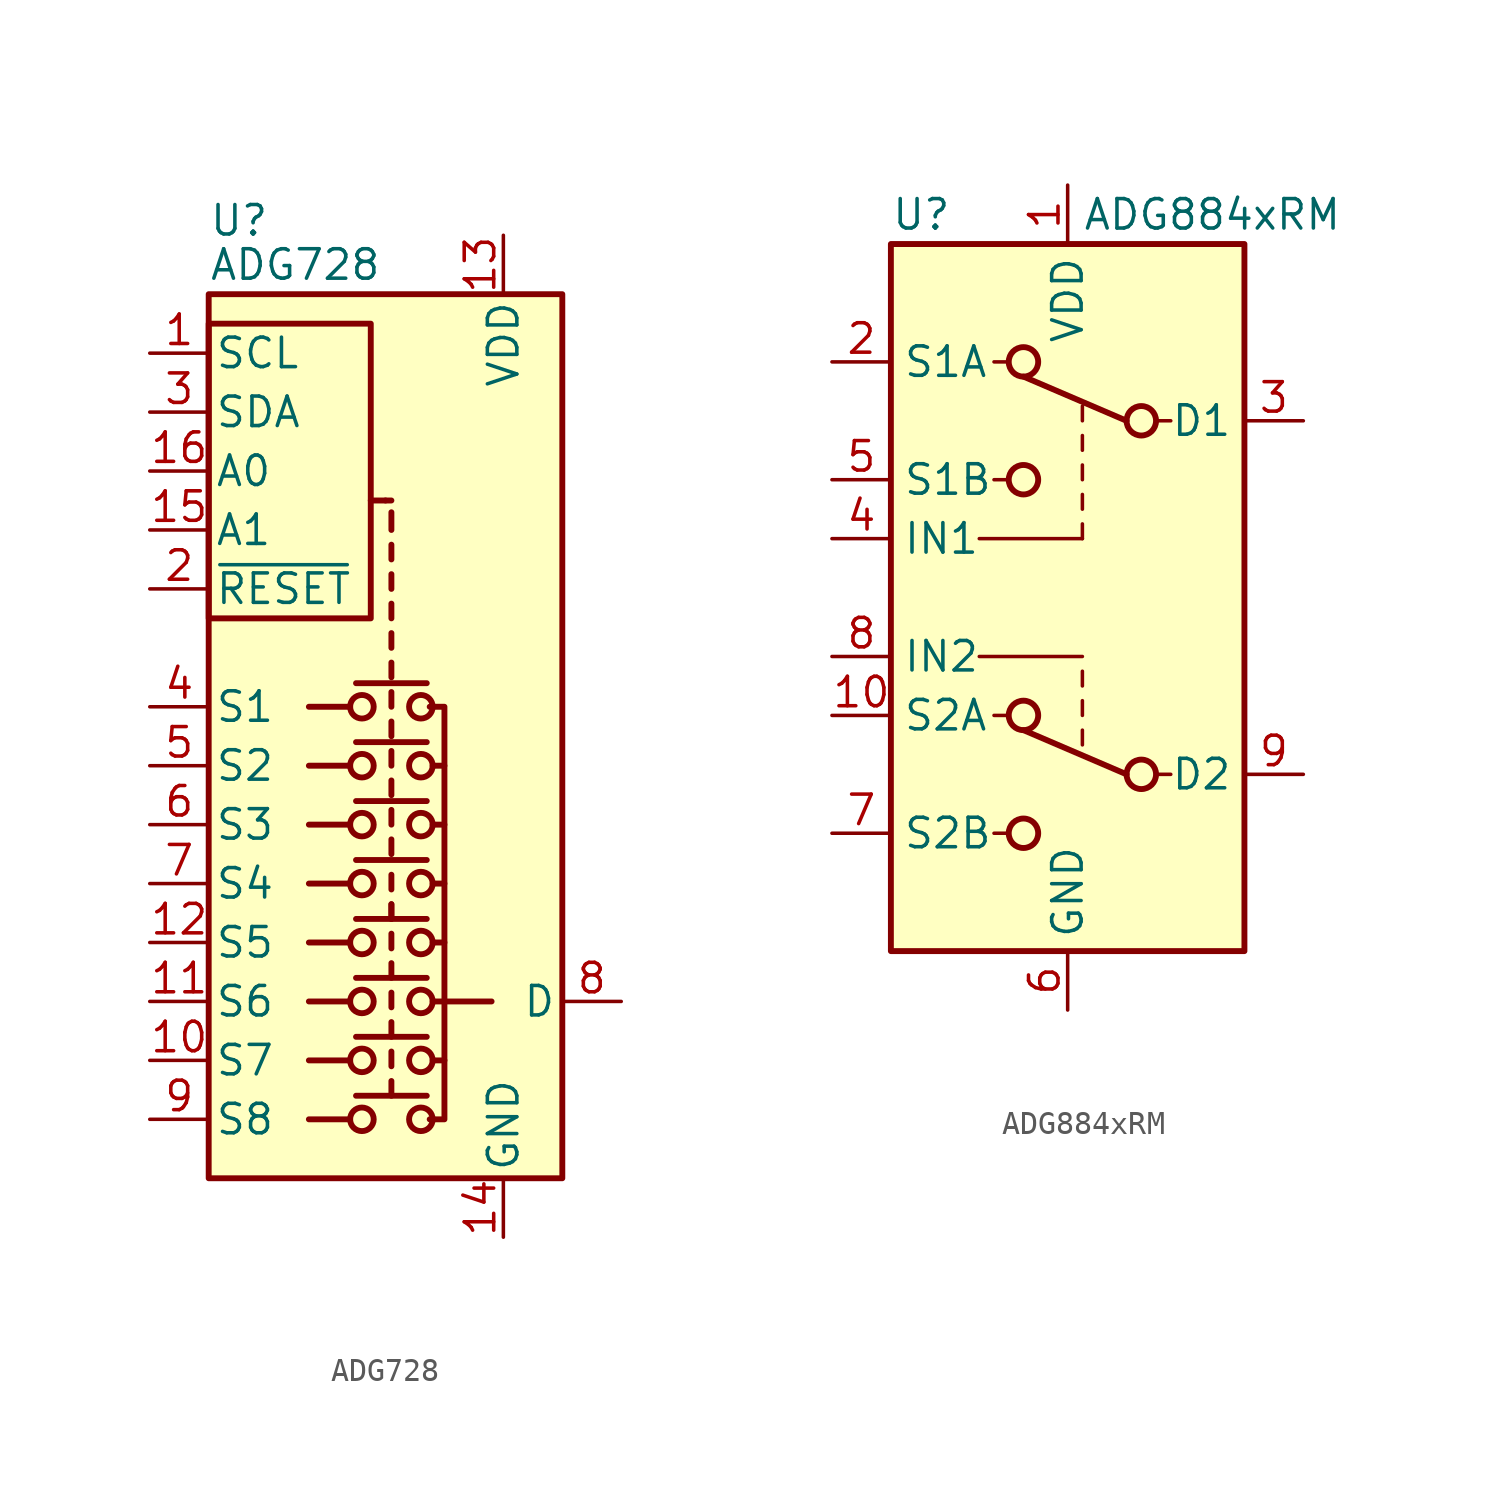
<source format=kicad_sym>
(kicad_symbol_lib
  (version 20201005)
  (generator kicad_symbol_editor)
  (symbol "Analog_Switch:ADG728"
    (pin_names
      (offset 0.254))
    (property "Reference" "U"
      (at -7.62 23.495 0)
      (effects (font (size 1.27 1.27)) (justify left)))
    (property "Value" "ADG728"
      (at -7.62 21.59 0)
      (effects (font (size 1.27 1.27)) (justify left)))
    (symbol "ADG728_0_1"
      (circle (center -1.016 -15.24) (radius 0.508) (stroke (width 0.254)) (fill (type none)))
      (circle (center -1.016 -12.7) (radius 0.508) (stroke (width 0.254)) (fill (type none)))
      (circle (center -1.016 -10.16) (radius 0.508) (stroke (width 0.254)) (fill (type none)))
      (circle (center -1.016 -7.62) (radius 0.508) (stroke (width 0.254)) (fill (type none)))
      (circle (center -1.016 -5.08) (radius 0.508) (stroke (width 0.254)) (fill (type none)))
      (circle (center -1.016 -2.54) (radius 0.508) (stroke (width 0.254)) (fill (type none)))
      (circle (center -1.016 0) (radius 0.508) (stroke (width 0.254)) (fill (type none)))
      (circle (center -1.016 2.54) (radius 0.508) (stroke (width 0.254)) (fill (type none)))
      (circle (center 1.524 -15.24) (radius 0.508) (stroke (width 0.254)) (fill (type none)))
      (circle (center 1.524 -12.7) (radius 0.508) (stroke (width 0.254)) (fill (type none)))
      (circle (center 1.524 -10.16) (radius 0.508) (stroke (width 0.254)) (fill (type none)))
      (circle (center 1.524 -7.62) (radius 0.508) (stroke (width 0.254)) (fill (type none)))
      (circle (center 1.524 -5.08) (radius 0.508) (stroke (width 0.254)) (fill (type none)))
      (circle (center 1.524 -2.54) (radius 0.508) (stroke (width 0.254)) (fill (type none)))
      (circle (center 1.524 0) (radius 0.508) (stroke (width 0.254)) (fill (type none)))
      (circle (center 1.524 2.54) (radius 0.508) (stroke (width 0.254)) (fill (type none)))
      (rectangle (start -7.62 6.35) (end -0.635 19.05) (stroke (width 0.254)) (fill (type none)))
      (rectangle (start -7.62 20.32) (end 7.62 -17.78) (stroke (width 0.254)) (fill (type background)))
      (polyline (pts (xy -1.524 -15.24) (xy -3.302 -15.24)) (stroke (width 0.254)) (fill (type none)))
      (polyline (pts (xy -1.524 -12.7) (xy -3.302 -12.7)) (stroke (width 0.254)) (fill (type none)))
      (polyline (pts (xy -1.524 -10.16) (xy -3.302 -10.16)) (stroke (width 0.254)) (fill (type none)))
      (polyline (pts (xy -1.524 -7.62) (xy -3.302 -7.62)) (stroke (width 0.254)) (fill (type none)))
      (polyline (pts (xy -1.524 -5.08) (xy -3.302 -5.08)) (stroke (width 0.254)) (fill (type none)))
      (polyline (pts (xy -1.524 -2.54) (xy -3.302 -2.54)) (stroke (width 0.254)) (fill (type none)))
      (polyline (pts (xy -1.524 0) (xy -3.302 0)) (stroke (width 0.254)) (fill (type none)))
      (polyline (pts (xy -1.524 2.54) (xy -3.302 2.54)) (stroke (width 0.254)) (fill (type none)))
      (polyline (pts (xy -1.27 -14.224) (xy 1.778 -14.224)) (stroke (width 0.254)) (fill (type none)))
      (polyline (pts (xy -1.27 -11.684) (xy 1.778 -11.684)) (stroke (width 0.254)) (fill (type none)))
      (polyline (pts (xy -1.27 -9.144) (xy 1.778 -9.144)) (stroke (width 0.254)) (fill (type none)))
      (polyline (pts (xy -1.27 -6.604) (xy 1.778 -6.604)) (stroke (width 0.254)) (fill (type none)))
      (polyline (pts (xy -1.27 -4.064) (xy 1.778 -4.064)) (stroke (width 0.254)) (fill (type none)))
      (polyline (pts (xy -1.27 -1.524) (xy 1.778 -1.524)) (stroke (width 0.254)) (fill (type none)))
      (polyline (pts (xy -1.27 1.016) (xy 1.778 1.016)) (stroke (width 0.254)) (fill (type none)))
      (polyline (pts (xy -1.27 3.556) (xy 1.778 3.556)) (stroke (width 0.254)) (fill (type none)))
      (polyline (pts (xy -0.635 11.43) (xy 0 11.43)) (stroke (width 0.254)) (fill (type none)))
      (polyline (pts (xy 0.254 -14.224) (xy 0.254 -13.589)) (stroke (width 0.254)) (fill (type none)))
      (polyline (pts (xy 0.254 -12.954) (xy 0.254 -12.319)) (stroke (width 0.254)) (fill (type none)))
      (polyline (pts (xy 0.254 -11.684) (xy 0.254 -11.049)) (stroke (width 0.254)) (fill (type none)))
      (polyline (pts (xy 0.254 -10.414) (xy 0.254 -9.779)) (stroke (width 0.254)) (fill (type none)))
      (polyline (pts (xy 0.254 -9.144) (xy 0.254 -8.509)) (stroke (width 0.254)) (fill (type none)))
      (polyline (pts (xy 0.254 -7.874) (xy 0.254 -7.239)) (stroke (width 0.254)) (fill (type none)))
      (polyline (pts (xy 0.254 -6.604) (xy 0.254 -5.969)) (stroke (width 0.254)) (fill (type none)))
      (polyline (pts (xy 0.254 -6.604) (xy 0.254 -5.969)) (stroke (width 0.254)) (fill (type none)))
      (polyline (pts (xy 0.254 -5.334) (xy 0.254 -4.699)) (stroke (width 0.254)) (fill (type none)))
      (polyline (pts (xy 0.254 -3.81) (xy 0.254 -3.175)) (stroke (width 0.254)) (fill (type none)))
      (polyline (pts (xy 0.254 -2.54) (xy 0.254 -1.905)) (stroke (width 0.254)) (fill (type none)))
      (polyline (pts (xy 0.254 -1.27) (xy 0.254 -0.635)) (stroke (width 0.254)) (fill (type none)))
      (polyline (pts (xy 0.254 0) (xy 0.254 0.635)) (stroke (width 0.254)) (fill (type none)))
      (polyline (pts (xy 0.254 1.27) (xy 0.254 1.905)) (stroke (width 0.254)) (fill (type none)))
      (polyline (pts (xy 0.254 2.54) (xy 0.254 3.175)) (stroke (width 0.254)) (fill (type none)))
      (polyline (pts (xy 0.254 3.81) (xy 0.254 4.445)) (stroke (width 0.254)) (fill (type none)))
      (polyline (pts (xy 0.254 5.08) (xy 0.254 5.715)) (stroke (width 0.254)) (fill (type none)))
      (polyline (pts (xy 0.254 6.35) (xy 0.254 6.985)) (stroke (width 0.254)) (fill (type none)))
      (polyline (pts (xy 0.254 7.62) (xy 0.254 8.255)) (stroke (width 0.254)) (fill (type none)))
      (polyline (pts (xy 0.254 8.89) (xy 0.254 9.525)) (stroke (width 0.254)) (fill (type none)))
      (polyline (pts (xy 0.254 10.16) (xy 0.254 10.922)) (stroke (width 0.254)) (fill (type none)))
      (polyline (pts (xy 0.254 11.43) (xy 0 11.43)) (stroke (width 0.254)) (fill (type none)))
      (polyline (pts (xy 2.032 -12.7) (xy 2.54 -12.7)) (stroke (width 0.254)) (fill (type none)))
      (polyline (pts (xy 2.032 -10.16) (xy 2.54 -10.16)) (stroke (width 0.254)) (fill (type none)))
      (polyline (pts (xy 2.032 -7.62) (xy 2.54 -7.62)) (stroke (width 0.254)) (fill (type none)))
      (polyline (pts (xy 2.032 -5.08) (xy 2.54 -5.08)) (stroke (width 0.254)) (fill (type none)))
      (polyline (pts (xy 2.032 -2.54) (xy 2.54 -2.54)) (stroke (width 0.254)) (fill (type none)))
      (polyline (pts (xy 2.032 0) (xy 2.54 0)) (stroke (width 0.254)) (fill (type none)))
      (polyline (pts (xy 4.572 -10.16) (xy 2.54 -10.16)) (stroke (width 0.254)) (fill (type none)))
      (polyline (pts (xy 1.905 2.54) (xy 2.54 2.54) (xy 2.54 -15.24) (xy 1.905 -15.24)) (stroke (width 0.254)) (fill (type none))))
    (symbol "ADG728_1_1"
      (pin input line (at -10.16 17.78 0) (length 2.54) (name "SCL" (effects (font (size 1.27 1.27)))) (number "1" (effects (font (size 1.27 1.27)))))
      (pin bidirectional line (at -10.16 -12.7 0) (length 2.54) (name "S7" (effects (font (size 1.27 1.27)))) (number "10" (effects (font (size 1.27 1.27)))))
      (pin bidirectional line (at -10.16 -10.16 0) (length 2.54) (name "S6" (effects (font (size 1.27 1.27)))) (number "11" (effects (font (size 1.27 1.27)))))
      (pin bidirectional line (at -10.16 -7.62 0) (length 2.54) (name "S5" (effects (font (size 1.27 1.27)))) (number "12" (effects (font (size 1.27 1.27)))))
      (pin power_in line (at 5.08 22.86 270) (length 2.54) (name "VDD" (effects (font (size 1.27 1.27)))) (number "13" (effects (font (size 1.27 1.27)))))
      (pin power_in line (at 5.08 -20.32 90) (length 2.54) (name "GND" (effects (font (size 1.27 1.27)))) (number "14" (effects (font (size 1.27 1.27)))))
      (pin input line (at -10.16 10.16 0) (length 2.54) (name "A1" (effects (font (size 1.27 1.27)))) (number "15" (effects (font (size 1.27 1.27)))))
      (pin input line (at -10.16 12.7 0) (length 2.54) (name "A0" (effects (font (size 1.27 1.27)))) (number "16" (effects (font (size 1.27 1.27)))))
      (pin input line (at -10.16 7.62 0) (length 2.54) (name "~RESET" (effects (font (size 1.27 1.27)))) (number "2" (effects (font (size 1.27 1.27)))))
      (pin bidirectional line (at -10.16 15.24 0) (length 2.54) (name "SDA" (effects (font (size 1.27 1.27)))) (number "3" (effects (font (size 1.27 1.27)))))
      (pin bidirectional line (at -10.16 2.54 0) (length 2.54) (name "S1" (effects (font (size 1.27 1.27)))) (number "4" (effects (font (size 1.27 1.27)))))
      (pin bidirectional line (at -10.16 0 0) (length 2.54) (name "S2" (effects (font (size 1.27 1.27)))) (number "5" (effects (font (size 1.27 1.27)))))
      (pin bidirectional line (at -10.16 -2.54 0) (length 2.54) (name "S3" (effects (font (size 1.27 1.27)))) (number "6" (effects (font (size 1.27 1.27)))))
      (pin bidirectional line (at -10.16 -5.08 0) (length 2.54) (name "S4" (effects (font (size 1.27 1.27)))) (number "7" (effects (font (size 1.27 1.27)))))
      (pin bidirectional line (at 10.16 -10.16 180) (length 2.54) (name "D" (effects (font (size 1.27 1.27)))) (number "8" (effects (font (size 1.27 1.27)))))
      (pin bidirectional line (at -10.16 -15.24 0) (length 2.54) (name "S8" (effects (font (size 1.27 1.27)))) (number "9" (effects (font (size 1.27 1.27)))))))
  (symbol "Analog_Switch:ADG884xRM"
    (property "Reference" "U"
      (at -7.62 16.51 0)
      (effects (font (size 1.27 1.27)) (justify left)))
    (property "Value" "ADG884xRM"
      (at 0.635 16.51 0)
      (effects (font (size 1.27 1.27)) (justify left)))
    (symbol "ADG884xRM_0_1"
      (circle (center -1.905 -10.16) (radius 0.635) (stroke (width 0.254)) (fill (type none)))
      (circle (center -1.905 -5.08) (radius 0.635) (stroke (width 0.254)) (fill (type none)))
      (circle (center -1.905 5.08) (radius 0.635) (stroke (width 0.254)) (fill (type none)))
      (circle (center -1.905 10.16) (radius 0.635) (stroke (width 0.254)) (fill (type none)))
      (circle (center 3.175 -7.62) (radius 0.635) (stroke (width 0.254)) (fill (type none)))
      (circle (center 3.175 7.62) (radius 0.635) (stroke (width 0.254)) (fill (type none)))
      (rectangle (start -7.62 15.24) (end 7.62 -15.24) (stroke (width 0.254)) (fill (type background)))
      (polyline (pts (xy -3.81 -2.54) (xy 0.635 -2.54)) (stroke (width 0)) (fill (type none)))
      (polyline (pts (xy -3.81 2.54) (xy 0.635 2.54)) (stroke (width 0)) (fill (type none)))
      (polyline (pts (xy -3.175 -10.16) (xy -2.54 -10.16)) (stroke (width 0)) (fill (type none)))
      (polyline (pts (xy -3.175 -5.08) (xy -2.54 -5.08)) (stroke (width 0)) (fill (type none)))
      (polyline (pts (xy -3.175 5.08) (xy -2.54 5.08)) (stroke (width 0)) (fill (type none)))
      (polyline (pts (xy -3.175 10.16) (xy -2.54 10.16)) (stroke (width 0)) (fill (type none)))
      (polyline (pts (xy -1.905 9.525) (xy 2.54 7.62)) (stroke (width 0.254)) (fill (type none)))
      (polyline (pts (xy 0.635 -5.715) (xy 0.635 -6.35)) (stroke (width 0)) (fill (type none)))
      (polyline (pts (xy 0.635 -4.445) (xy 0.635 -5.08)) (stroke (width 0)) (fill (type none)))
      (polyline (pts (xy 0.635 -3.175) (xy 0.635 -3.81)) (stroke (width 0)) (fill (type none)))
      (polyline (pts (xy 0.635 3.175) (xy 0.635 2.54)) (stroke (width 0)) (fill (type none)))
      (polyline (pts (xy 0.635 4.445) (xy 0.635 3.81)) (stroke (width 0)) (fill (type none)))
      (polyline (pts (xy 0.635 5.715) (xy 0.635 5.08)) (stroke (width 0)) (fill (type none)))
      (polyline (pts (xy 0.635 6.985) (xy 0.635 6.35)) (stroke (width 0)) (fill (type none)))
      (polyline (pts (xy 0.635 8.255) (xy 0.635 7.62)) (stroke (width 0)) (fill (type none)))
      (polyline (pts (xy 2.54 -7.62) (xy -1.905 -5.715)) (stroke (width 0.254)) (fill (type none)))
      (polyline (pts (xy 4.445 -7.62) (xy 3.81 -7.62)) (stroke (width 0)) (fill (type none)))
      (polyline (pts (xy 4.445 7.62) (xy 3.81 7.62)) (stroke (width 0)) (fill (type none))))
    (symbol "ADG884xRM_1_1"
      (pin power_in line (at 0 17.78 270) (length 2.54) (name "VDD" (effects (font (size 1.27 1.27)))) (number "1" (effects (font (size 1.27 1.27)))))
      (pin bidirectional line (at -10.16 -5.08 0) (length 2.54) (name "S2A" (effects (font (size 1.27 1.27)))) (number "10" (effects (font (size 1.27 1.27)))))
      (pin bidirectional line (at -10.16 10.16 0) (length 2.54) (name "S1A" (effects (font (size 1.27 1.27)))) (number "2" (effects (font (size 1.27 1.27)))))
      (pin bidirectional line (at 10.16 7.62 180) (length 2.54) (name "D1" (effects (font (size 1.27 1.27)))) (number "3" (effects (font (size 1.27 1.27)))))
      (pin input line (at -10.16 2.54 0) (length 2.54) (name "IN1" (effects (font (size 1.27 1.27)))) (number "4" (effects (font (size 1.27 1.27)))))
      (pin bidirectional line (at -10.16 5.08 0) (length 2.54) (name "S1B" (effects (font (size 1.27 1.27)))) (number "5" (effects (font (size 1.27 1.27)))))
      (pin power_in line (at 0 -17.78 90) (length 2.54) (name "GND" (effects (font (size 1.27 1.27)))) (number "6" (effects (font (size 1.27 1.27)))))
      (pin bidirectional line (at -10.16 -10.16 0) (length 2.54) (name "S2B" (effects (font (size 1.27 1.27)))) (number "7" (effects (font (size 1.27 1.27)))))
      (pin input line (at -10.16 -2.54 0) (length 2.54) (name "IN2" (effects (font (size 1.27 1.27)))) (number "8" (effects (font (size 1.27 1.27)))))
      (pin bidirectional line (at 10.16 -7.62 180) (length 2.54) (name "D2" (effects (font (size 1.27 1.27)))) (number "9" (effects (font (size 1.27 1.27))))))))
</source>
